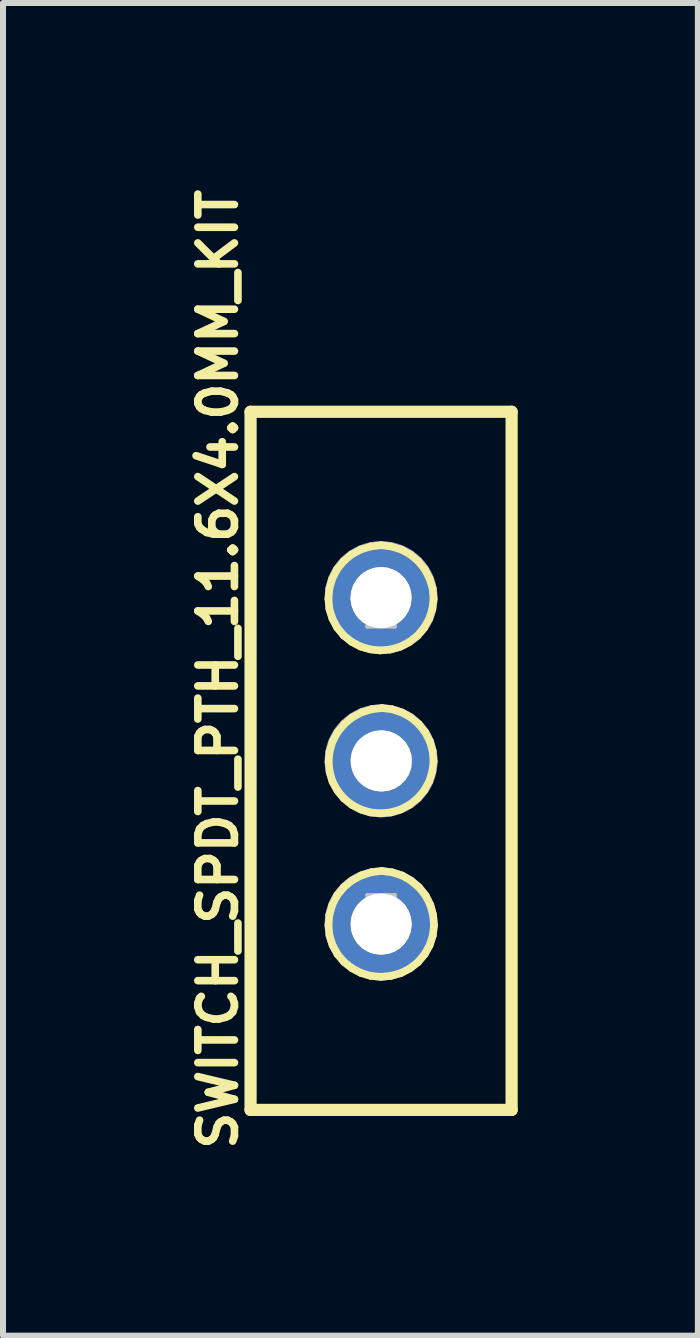
<source format=kicad_pcb>
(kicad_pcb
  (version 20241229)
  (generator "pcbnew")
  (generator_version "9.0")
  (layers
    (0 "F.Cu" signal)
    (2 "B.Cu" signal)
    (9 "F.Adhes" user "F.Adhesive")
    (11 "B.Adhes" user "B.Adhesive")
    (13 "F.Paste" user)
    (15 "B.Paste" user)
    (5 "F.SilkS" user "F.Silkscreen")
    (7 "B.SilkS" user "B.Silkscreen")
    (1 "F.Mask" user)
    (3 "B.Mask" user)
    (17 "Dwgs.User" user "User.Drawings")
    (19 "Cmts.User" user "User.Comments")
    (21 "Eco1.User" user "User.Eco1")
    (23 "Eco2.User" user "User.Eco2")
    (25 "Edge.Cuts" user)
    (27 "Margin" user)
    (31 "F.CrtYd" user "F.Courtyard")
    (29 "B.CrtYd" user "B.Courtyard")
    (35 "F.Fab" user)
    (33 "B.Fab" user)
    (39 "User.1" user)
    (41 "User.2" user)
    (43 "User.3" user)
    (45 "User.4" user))
  (footprint "SWITCH_SPDT_PTH_11.6X4.0MM_KIT"
    (layer "F.Cu")
    (at 3.297 9.622)
    (property "Reference" "SWITCH_SPDT_PTH_11.6X4.0MM_KIT" (at -2.718 -1.524 90) (layer "F.SilkS") (effects (font (size 0.61 0.61) (thickness 0.127))))
    (attr exclude_from_pos_files exclude_from_bom)
    (fp_line (start -2.174 -5.814) (end -2.174 5.814) (stroke (width 0.203) (type solid)) (layer "F.SilkS"))
    (fp_line (start -2.174 5.814) (end 2.174 5.814) (stroke (width 0.203) (type solid)) (layer "F.SilkS"))
    (fp_line (start -0.876 -2.697) (end -0.861 -2.87) (stroke (width 0.127) (type solid)) (layer "F.SilkS"))
    (fp_line (start -0.876 2.741) (end -0.861 2.565) (stroke (width 0.127) (type solid)) (layer "F.SilkS"))
    (fp_line (start -0.874 0.018) (end -0.859 -0.152) (stroke (width 0.127) (type solid)) (layer "F.SilkS"))
    (fp_line (start -0.861 -2.87) (end -0.813 -3.035) (stroke (width 0.127) (type solid)) (layer "F.SilkS"))
    (fp_line (start -0.861 -2.53) (end -0.876 -2.697) (stroke (width 0.127) (type solid)) (layer "F.SilkS"))
    (fp_line (start -0.861 2.565) (end -0.813 2.398) (stroke (width 0.127) (type solid)) (layer "F.SilkS"))
    (fp_line (start -0.859 -0.152) (end -0.808 -0.323) (stroke (width 0.127) (type solid)) (layer "F.SilkS"))
    (fp_line (start -0.859 2.911) (end -0.876 2.741) (stroke (width 0.127) (type solid)) (layer "F.SilkS"))
    (fp_line (start -0.856 0.185) (end -0.874 0.018) (stroke (width 0.127) (type solid)) (layer "F.SilkS"))
    (fp_line (start -0.813 -3.035) (end -0.734 -3.19) (stroke (width 0.127) (type solid)) (layer "F.SilkS"))
    (fp_line (start -0.813 2.398) (end -0.732 2.24) (stroke (width 0.127) (type solid)) (layer "F.SilkS"))
    (fp_line (start -0.81 -2.367) (end -0.861 -2.53) (stroke (width 0.127) (type solid)) (layer "F.SilkS"))
    (fp_line (start -0.808 -0.323) (end -0.726 -0.478) (stroke (width 0.127) (type solid)) (layer "F.SilkS"))
    (fp_line (start -0.808 0.348) (end -0.856 0.185) (stroke (width 0.127) (type solid)) (layer "F.SilkS"))
    (fp_line (start -0.808 3.071) (end -0.859 2.911) (stroke (width 0.127) (type solid)) (layer "F.SilkS"))
    (fp_line (start -0.734 -3.19) (end -0.625 -3.325) (stroke (width 0.127) (type solid)) (layer "F.SilkS"))
    (fp_line (start -0.732 -2.22) (end -0.81 -2.367) (stroke (width 0.127) (type solid)) (layer "F.SilkS"))
    (fp_line (start -0.732 2.24) (end -0.62 2.103) (stroke (width 0.127) (type solid)) (layer "F.SilkS"))
    (fp_line (start -0.726 -0.478) (end -0.615 -0.612) (stroke (width 0.127) (type solid)) (layer "F.SilkS"))
    (fp_line (start -0.726 0.495) (end -0.808 0.348) (stroke (width 0.127) (type solid)) (layer "F.SilkS"))
    (fp_line (start -0.726 3.221) (end -0.808 3.071) (stroke (width 0.127) (type solid)) (layer "F.SilkS"))
    (fp_line (start -0.625 -3.325) (end -0.493 -3.437) (stroke (width 0.127) (type solid)) (layer "F.SilkS"))
    (fp_line (start -0.625 -2.09) (end -0.732 -2.22) (stroke (width 0.127) (type solid)) (layer "F.SilkS"))
    (fp_line (start -0.62 0.625) (end -0.726 0.495) (stroke (width 0.127) (type solid)) (layer "F.SilkS"))
    (fp_line (start -0.62 2.103) (end -0.485 1.991) (stroke (width 0.127) (type solid)) (layer "F.SilkS"))
    (fp_line (start -0.617 3.35) (end -0.726 3.221) (stroke (width 0.127) (type solid)) (layer "F.SilkS"))
    (fp_line (start -0.615 -0.612) (end -0.48 -0.724) (stroke (width 0.127) (type solid)) (layer "F.SilkS"))
    (fp_line (start -0.493 -3.437) (end -0.34 -3.52) (stroke (width 0.127) (type solid)) (layer "F.SilkS"))
    (fp_line (start -0.493 -1.984) (end -0.625 -2.09) (stroke (width 0.127) (type solid)) (layer "F.SilkS"))
    (fp_line (start -0.488 0.732) (end -0.62 0.625) (stroke (width 0.127) (type solid)) (layer "F.SilkS"))
    (fp_line (start -0.485 1.991) (end -0.33 1.908) (stroke (width 0.127) (type solid)) (layer "F.SilkS"))
    (fp_line (start -0.485 3.454) (end -0.617 3.35) (stroke (width 0.127) (type solid)) (layer "F.SilkS"))
    (fp_line (start -0.48 -0.724) (end -0.325 -0.808) (stroke (width 0.127) (type solid)) (layer "F.SilkS"))
    (fp_line (start -0.445 -2.697) (end -0.434 -2.802) (stroke (width 0.127) (type solid)) (layer "F.SilkS"))
    (fp_line (start -0.439 2.738) (end -0.432 2.637) (stroke (width 0.127) (type solid)) (layer "F.SilkS"))
    (fp_line (start -0.434 -2.802) (end -0.404 -2.898) (stroke (width 0.127) (type solid)) (layer "F.SilkS"))
    (fp_line (start -0.432 0.023) (end -0.424 -0.079) (stroke (width 0.127) (type solid)) (layer "F.SilkS"))
    (fp_line (start -0.432 2.637) (end -0.401 2.54) (stroke (width 0.127) (type solid)) (layer "F.SilkS"))
    (fp_line (start -0.429 -2.603) (end -0.445 -2.697) (stroke (width 0.127) (type solid)) (layer "F.SilkS"))
    (fp_line (start -0.427 2.835) (end -0.439 2.738) (stroke (width 0.127) (type solid)) (layer "F.SilkS"))
    (fp_line (start -0.424 -0.079) (end -0.394 -0.175) (stroke (width 0.127) (type solid)) (layer "F.SilkS"))
    (fp_line (start -0.419 0.117) (end -0.432 0.023) (stroke (width 0.127) (type solid)) (layer "F.SilkS"))
    (fp_line (start -0.404 -2.898) (end -0.351 -2.985) (stroke (width 0.127) (type solid)) (layer "F.SilkS"))
    (fp_line (start -0.401 2.54) (end -0.348 2.454) (stroke (width 0.127) (type solid)) (layer "F.SilkS"))
    (fp_line (start -0.396 -2.512) (end -0.429 -2.603) (stroke (width 0.127) (type solid)) (layer "F.SilkS"))
    (fp_line (start -0.394 -0.175) (end -0.34 -0.262) (stroke (width 0.127) (type solid)) (layer "F.SilkS"))
    (fp_line (start -0.394 2.926) (end -0.427 2.835) (stroke (width 0.127) (type solid)) (layer "F.SilkS"))
    (fp_line (start -0.386 0.208) (end -0.419 0.117) (stroke (width 0.127) (type solid)) (layer "F.SilkS"))
    (fp_line (start -0.351 -2.985) (end -0.279 -3.061) (stroke (width 0.127) (type solid)) (layer "F.SilkS"))
    (fp_line (start -0.348 2.454) (end -0.277 2.377) (stroke (width 0.127) (type solid)) (layer "F.SilkS"))
    (fp_line (start -0.345 -1.905) (end -0.493 -1.984) (stroke (width 0.127) (type solid)) (layer "F.SilkS"))
    (fp_line (start -0.343 -2.431) (end -0.396 -2.512) (stroke (width 0.127) (type solid)) (layer "F.SilkS"))
    (fp_line (start -0.34 -3.52) (end -0.173 -3.571) (stroke (width 0.127) (type solid)) (layer "F.SilkS"))
    (fp_line (start -0.34 -0.262) (end -0.269 -0.338) (stroke (width 0.127) (type solid)) (layer "F.SilkS"))
    (fp_line (start -0.34 3.007) (end -0.394 2.926) (stroke (width 0.127) (type solid)) (layer "F.SilkS"))
    (fp_line (start -0.338 0.81) (end -0.488 0.732) (stroke (width 0.127) (type solid)) (layer "F.SilkS"))
    (fp_line (start -0.335 3.533) (end -0.485 3.454) (stroke (width 0.127) (type solid)) (layer "F.SilkS"))
    (fp_line (start -0.333 0.29) (end -0.386 0.208) (stroke (width 0.127) (type solid)) (layer "F.SilkS"))
    (fp_line (start -0.33 1.908) (end -0.16 1.854) (stroke (width 0.127) (type solid)) (layer "F.SilkS"))
    (fp_line (start -0.325 -0.808) (end -0.157 -0.859) (stroke (width 0.127) (type solid)) (layer "F.SilkS"))
    (fp_line (start -0.279 -3.061) (end -0.196 -3.117) (stroke (width 0.127) (type solid)) (layer "F.SilkS"))
    (fp_line (start -0.277 2.377) (end -0.193 2.322) (stroke (width 0.127) (type solid)) (layer "F.SilkS"))
    (fp_line (start -0.272 -2.362) (end -0.343 -2.431) (stroke (width 0.127) (type solid)) (layer "F.SilkS"))
    (fp_line (start -0.269 -0.338) (end -0.185 -0.394) (stroke (width 0.127) (type solid)) (layer "F.SilkS"))
    (fp_line (start -0.269 3.076) (end -0.34 3.007) (stroke (width 0.127) (type solid)) (layer "F.SilkS"))
    (fp_line (start -0.262 0.358) (end -0.333 0.29) (stroke (width 0.127) (type solid)) (layer "F.SilkS"))
    (fp_line (start -0.196 -3.117) (end -0.099 -3.152) (stroke (width 0.127) (type solid)) (layer "F.SilkS"))
    (fp_line (start -0.193 2.322) (end -0.097 2.286) (stroke (width 0.127) (type solid)) (layer "F.SilkS"))
    (fp_line (start -0.188 -2.314) (end -0.272 -2.362) (stroke (width 0.127) (type solid)) (layer "F.SilkS"))
    (fp_line (start -0.185 -0.394) (end -0.089 -0.429) (stroke (width 0.127) (type solid)) (layer "F.SilkS"))
    (fp_line (start -0.185 3.124) (end -0.269 3.076) (stroke (width 0.127) (type solid)) (layer "F.SilkS"))
    (fp_line (start -0.183 -1.857) (end -0.345 -1.905) (stroke (width 0.127) (type solid)) (layer "F.SilkS"))
    (fp_line (start -0.178 0.406) (end -0.262 0.358) (stroke (width 0.127) (type solid)) (layer "F.SilkS"))
    (fp_line (start -0.178 0.859) (end -0.338 0.81) (stroke (width 0.127) (type solid)) (layer "F.SilkS"))
    (fp_line (start -0.173 -3.571) (end -0.003 -3.592) (stroke (width 0.127) (type solid)) (layer "F.SilkS"))
    (fp_line (start -0.173 3.581) (end -0.335 3.533) (stroke (width 0.127) (type solid)) (layer "F.SilkS"))
    (fp_line (start -0.16 1.854) (end 0.013 1.834) (stroke (width 0.127) (type solid)) (layer "F.SilkS"))
    (fp_line (start -0.157 -0.859) (end 0.015 -0.879) (stroke (width 0.127) (type solid)) (layer "F.SilkS"))
    (fp_line (start -0.099 -3.152) (end 0 -3.165) (stroke (width 0.127) (type solid)) (layer "F.SilkS"))
    (fp_line (start -0.097 -2.283) (end -0.188 -2.314) (stroke (width 0.127) (type solid)) (layer "F.SilkS"))
    (fp_line (start -0.097 2.286) (end 0.003 2.273) (stroke (width 0.127) (type solid)) (layer "F.SilkS"))
    (fp_line (start -0.094 3.155) (end -0.185 3.124) (stroke (width 0.127) (type solid)) (layer "F.SilkS"))
    (fp_line (start -0.089 -0.429) (end 0.01 -0.442) (stroke (width 0.127) (type solid)) (layer "F.SilkS"))
    (fp_line (start -0.086 0.437) (end -0.178 0.406) (stroke (width 0.127) (type solid)) (layer "F.SilkS"))
    (fp_line (start -0.018 -1.839) (end -0.183 -1.857) (stroke (width 0.127) (type solid)) (layer "F.SilkS"))
    (fp_line (start -0.01 0.874) (end -0.178 0.859) (stroke (width 0.127) (type solid)) (layer "F.SilkS"))
    (fp_line (start -0.005 3.597) (end -0.173 3.581) (stroke (width 0.127) (type solid)) (layer "F.SilkS"))
    (fp_line (start -0.003 -3.592) (end 0.168 -3.571) (stroke (width 0.127) (type solid)) (layer "F.SilkS"))
    (fp_line (start 0 -3.165) (end 0.099 -3.152) (stroke (width 0.127) (type solid)) (layer "F.SilkS"))
    (fp_line (start 0 -2.273) (end -0.097 -2.283) (stroke (width 0.127) (type solid)) (layer "F.SilkS"))
    (fp_line (start 0.003 2.273) (end 0.102 2.286) (stroke (width 0.127) (type solid)) (layer "F.SilkS"))
    (fp_line (start 0.003 3.162) (end -0.094 3.155) (stroke (width 0.127) (type solid)) (layer "F.SilkS"))
    (fp_line (start 0.01 -0.442) (end 0.109 -0.429) (stroke (width 0.127) (type solid)) (layer "F.SilkS"))
    (fp_line (start 0.01 0.447) (end -0.086 0.437) (stroke (width 0.127) (type solid)) (layer "F.SilkS"))
    (fp_line (start 0.013 1.834) (end 0.185 1.857) (stroke (width 0.127) (type solid)) (layer "F.SilkS"))
    (fp_line (start 0.015 -0.879) (end 0.183 -0.859) (stroke (width 0.127) (type solid)) (layer "F.SilkS"))
    (fp_line (start 0.097 -2.283) (end 0 -2.273) (stroke (width 0.127) (type solid)) (layer "F.SilkS"))
    (fp_line (start 0.099 -3.152) (end 0.193 -3.119) (stroke (width 0.127) (type solid)) (layer "F.SilkS"))
    (fp_line (start 0.099 3.152) (end 0.003 3.162) (stroke (width 0.127) (type solid)) (layer "F.SilkS"))
    (fp_line (start 0.102 2.286) (end 0.196 2.319) (stroke (width 0.127) (type solid)) (layer "F.SilkS"))
    (fp_line (start 0.107 0.437) (end 0.01 0.447) (stroke (width 0.127) (type solid)) (layer "F.SilkS"))
    (fp_line (start 0.109 -0.429) (end 0.203 -0.396) (stroke (width 0.127) (type solid)) (layer "F.SilkS"))
    (fp_line (start 0.152 -1.854) (end -0.018 -1.839) (stroke (width 0.127) (type solid)) (layer "F.SilkS"))
    (fp_line (start 0.16 0.859) (end -0.01 0.874) (stroke (width 0.127) (type solid)) (layer "F.SilkS"))
    (fp_line (start 0.163 3.581) (end -0.005 3.597) (stroke (width 0.127) (type solid)) (layer "F.SilkS"))
    (fp_line (start 0.168 -3.571) (end 0.335 -3.52) (stroke (width 0.127) (type solid)) (layer "F.SilkS"))
    (fp_line (start 0.183 -0.859) (end 0.348 -0.805) (stroke (width 0.127) (type solid)) (layer "F.SilkS"))
    (fp_line (start 0.185 1.857) (end 0.351 1.91) (stroke (width 0.127) (type solid)) (layer "F.SilkS"))
    (fp_line (start 0.188 -2.316) (end 0.097 -2.283) (stroke (width 0.127) (type solid)) (layer "F.SilkS"))
    (fp_line (start 0.193 -3.119) (end 0.277 -3.063) (stroke (width 0.127) (type solid)) (layer "F.SilkS"))
    (fp_line (start 0.193 3.122) (end 0.099 3.152) (stroke (width 0.127) (type solid)) (layer "F.SilkS"))
    (fp_line (start 0.196 2.319) (end 0.279 2.375) (stroke (width 0.127) (type solid)) (layer "F.SilkS"))
    (fp_line (start 0.201 0.404) (end 0.107 0.437) (stroke (width 0.127) (type solid)) (layer "F.SilkS"))
    (fp_line (start 0.203 -0.396) (end 0.287 -0.34) (stroke (width 0.127) (type solid)) (layer "F.SilkS"))
    (fp_line (start 0.272 -2.367) (end 0.188 -2.316) (stroke (width 0.127) (type solid)) (layer "F.SilkS"))
    (fp_line (start 0.274 3.071) (end 0.193 3.122) (stroke (width 0.127) (type solid)) (layer "F.SilkS"))
    (fp_line (start 0.277 -3.063) (end 0.348 -2.99) (stroke (width 0.127) (type solid)) (layer "F.SilkS"))
    (fp_line (start 0.279 2.375) (end 0.351 2.446) (stroke (width 0.127) (type solid)) (layer "F.SilkS"))
    (fp_line (start 0.282 0.353) (end 0.201 0.404) (stroke (width 0.127) (type solid)) (layer "F.SilkS"))
    (fp_line (start 0.287 -0.34) (end 0.358 -0.267) (stroke (width 0.127) (type solid)) (layer "F.SilkS"))
    (fp_line (start 0.318 -1.9) (end 0.152 -1.854) (stroke (width 0.127) (type solid)) (layer "F.SilkS"))
    (fp_line (start 0.325 0.81) (end 0.16 0.859) (stroke (width 0.127) (type solid)) (layer "F.SilkS"))
    (fp_line (start 0.328 3.536) (end 0.163 3.581) (stroke (width 0.127) (type solid)) (layer "F.SilkS"))
    (fp_line (start 0.335 -3.52) (end 0.488 -3.437) (stroke (width 0.127) (type solid)) (layer "F.SilkS"))
    (fp_line (start 0.343 -2.436) (end 0.272 -2.367) (stroke (width 0.127) (type solid)) (layer "F.SilkS"))
    (fp_line (start 0.345 3.002) (end 0.274 3.071) (stroke (width 0.127) (type solid)) (layer "F.SilkS"))
    (fp_line (start 0.348 -2.99) (end 0.399 -2.906) (stroke (width 0.127) (type solid)) (layer "F.SilkS"))
    (fp_line (start 0.348 -0.805) (end 0.495 -0.724) (stroke (width 0.127) (type solid)) (layer "F.SilkS"))
    (fp_line (start 0.351 1.91) (end 0.5 1.996) (stroke (width 0.127) (type solid)) (layer "F.SilkS"))
    (fp_line (start 0.351 2.446) (end 0.401 2.532) (stroke (width 0.127) (type solid)) (layer "F.SilkS"))
    (fp_line (start 0.353 0.284) (end 0.282 0.353) (stroke (width 0.127) (type solid)) (layer "F.SilkS"))
    (fp_line (start 0.358 -0.267) (end 0.409 -0.183) (stroke (width 0.127) (type solid)) (layer "F.SilkS"))
    (fp_line (start 0.396 -2.52) (end 0.343 -2.436) (stroke (width 0.127) (type solid)) (layer "F.SilkS"))
    (fp_line (start 0.399 -2.906) (end 0.432 -2.809) (stroke (width 0.127) (type solid)) (layer "F.SilkS"))
    (fp_line (start 0.399 2.918) (end 0.345 3.002) (stroke (width 0.127) (type solid)) (layer "F.SilkS"))
    (fp_line (start 0.401 2.532) (end 0.434 2.629) (stroke (width 0.127) (type solid)) (layer "F.SilkS"))
    (fp_line (start 0.406 0.201) (end 0.353 0.284) (stroke (width 0.127) (type solid)) (layer "F.SilkS"))
    (fp_line (start 0.409 -0.183) (end 0.442 -0.086) (stroke (width 0.127) (type solid)) (layer "F.SilkS"))
    (fp_line (start 0.429 -2.611) (end 0.396 -2.52) (stroke (width 0.127) (type solid)) (layer "F.SilkS"))
    (fp_line (start 0.432 -2.809) (end 0.439 -2.71) (stroke (width 0.127) (type solid)) (layer "F.SilkS"))
    (fp_line (start 0.432 2.827) (end 0.399 2.918) (stroke (width 0.127) (type solid)) (layer "F.SilkS"))
    (fp_line (start 0.434 2.629) (end 0.445 2.728) (stroke (width 0.127) (type solid)) (layer "F.SilkS"))
    (fp_line (start 0.439 -2.71) (end 0.429 -2.611) (stroke (width 0.127) (type solid)) (layer "F.SilkS"))
    (fp_line (start 0.439 0.109) (end 0.406 0.201) (stroke (width 0.127) (type solid)) (layer "F.SilkS"))
    (fp_line (start 0.442 -0.086) (end 0.45 0.013) (stroke (width 0.127) (type solid)) (layer "F.SilkS"))
    (fp_line (start 0.445 2.728) (end 0.432 2.827) (stroke (width 0.127) (type solid)) (layer "F.SilkS"))
    (fp_line (start 0.45 0.013) (end 0.439 0.109) (stroke (width 0.127) (type solid)) (layer "F.SilkS"))
    (fp_line (start 0.47 -1.979) (end 0.318 -1.9) (stroke (width 0.127) (type solid)) (layer "F.SilkS"))
    (fp_line (start 0.478 0.729) (end 0.325 0.81) (stroke (width 0.127) (type solid)) (layer "F.SilkS"))
    (fp_line (start 0.48 3.457) (end 0.328 3.536) (stroke (width 0.127) (type solid)) (layer "F.SilkS"))
    (fp_line (start 0.488 -3.437) (end 0.62 -3.325) (stroke (width 0.127) (type solid)) (layer "F.SilkS"))
    (fp_line (start 0.495 -0.724) (end 0.627 -0.612) (stroke (width 0.127) (type solid)) (layer "F.SilkS"))
    (fp_line (start 0.5 1.996) (end 0.632 2.108) (stroke (width 0.127) (type solid)) (layer "F.SilkS"))
    (fp_line (start 0.605 -2.083) (end 0.47 -1.979) (stroke (width 0.127) (type solid)) (layer "F.SilkS"))
    (fp_line (start 0.61 0.622) (end 0.478 0.729) (stroke (width 0.127) (type solid)) (layer "F.SilkS"))
    (fp_line (start 0.615 3.353) (end 0.48 3.457) (stroke (width 0.127) (type solid)) (layer "F.SilkS"))
    (fp_line (start 0.62 -3.325) (end 0.729 -3.19) (stroke (width 0.127) (type solid)) (layer "F.SilkS"))
    (fp_line (start 0.627 -0.612) (end 0.734 -0.478) (stroke (width 0.127) (type solid)) (layer "F.SilkS"))
    (fp_line (start 0.632 2.108) (end 0.742 2.245) (stroke (width 0.127) (type solid)) (layer "F.SilkS"))
    (fp_line (start 0.716 -2.215) (end 0.605 -2.083) (stroke (width 0.127) (type solid)) (layer "F.SilkS"))
    (fp_line (start 0.721 0.49) (end 0.61 0.622) (stroke (width 0.127) (type solid)) (layer "F.SilkS"))
    (fp_line (start 0.724 3.223) (end 0.615 3.353) (stroke (width 0.127) (type solid)) (layer "F.SilkS"))
    (fp_line (start 0.729 -3.19) (end 0.808 -3.035) (stroke (width 0.127) (type solid)) (layer "F.SilkS"))
    (fp_line (start 0.734 -0.478) (end 0.813 -0.325) (stroke (width 0.127) (type solid)) (layer "F.SilkS"))
    (fp_line (start 0.742 2.245) (end 0.82 2.4) (stroke (width 0.127) (type solid)) (layer "F.SilkS"))
    (fp_line (start 0.8 -2.362) (end 0.716 -2.215) (stroke (width 0.127) (type solid)) (layer "F.SilkS"))
    (fp_line (start 0.803 0.34) (end 0.721 0.49) (stroke (width 0.127) (type solid)) (layer "F.SilkS"))
    (fp_line (start 0.808 -3.035) (end 0.859 -2.87) (stroke (width 0.127) (type solid)) (layer "F.SilkS"))
    (fp_line (start 0.808 3.073) (end 0.724 3.223) (stroke (width 0.127) (type solid)) (layer "F.SilkS"))
    (fp_line (start 0.813 -0.325) (end 0.859 -0.163) (stroke (width 0.127) (type solid)) (layer "F.SilkS"))
    (fp_line (start 0.82 2.4) (end 0.866 2.568) (stroke (width 0.127) (type solid)) (layer "F.SilkS"))
    (fp_line (start 0.853 -2.527) (end 0.8 -2.362) (stroke (width 0.127) (type solid)) (layer "F.SilkS"))
    (fp_line (start 0.853 0.178) (end 0.803 0.34) (stroke (width 0.127) (type solid)) (layer "F.SilkS"))
    (fp_line (start 0.859 -2.87) (end 0.874 -2.697) (stroke (width 0.127) (type solid)) (layer "F.SilkS"))
    (fp_line (start 0.859 -0.163) (end 0.874 0.008) (stroke (width 0.127) (type solid)) (layer "F.SilkS"))
    (fp_line (start 0.861 2.911) (end 0.808 3.073) (stroke (width 0.127) (type solid)) (layer "F.SilkS"))
    (fp_line (start 0.866 2.568) (end 0.881 2.743) (stroke (width 0.127) (type solid)) (layer "F.SilkS"))
    (fp_line (start 0.874 -2.697) (end 0.853 -2.527) (stroke (width 0.127) (type solid)) (layer "F.SilkS"))
    (fp_line (start 0.874 0.008) (end 0.853 0.178) (stroke (width 0.127) (type solid)) (layer "F.SilkS"))
    (fp_line (start 0.881 2.743) (end 0.861 2.911) (stroke (width 0.127) (type solid)) (layer "F.SilkS"))
    (fp_line (start 2.174 -5.814) (end -2.174 -5.814) (stroke (width 0.203) (type solid)) (layer "F.SilkS"))
    (fp_line (start 2.174 5.814) (end 2.174 -5.814) (stroke (width 0.203) (type solid)) (layer "F.SilkS"))
    (fp_line (start -0.229 -2.845) (end 0.229 -2.845) (stroke (width 0.066) (type solid)) (layer "Dwgs.User"))
    (fp_line (start -0.229 -2.235) (end -0.229 -2.845) (stroke (width 0.066) (type solid)) (layer "Dwgs.User"))
    (fp_line (start -0.229 -2.235) (end 0.229 -2.235) (stroke (width 0.066) (type solid)) (layer "Dwgs.User"))
    (fp_line (start -0.229 -0.305) (end 0.229 -0.305) (stroke (width 0.066) (type solid)) (layer "Dwgs.User"))
    (fp_line (start -0.229 0.305) (end -0.229 -0.305) (stroke (width 0.066) (type solid)) (layer "Dwgs.User"))
    (fp_line (start -0.229 0.305) (end 0.229 0.305) (stroke (width 0.066) (type solid)) (layer "Dwgs.User"))
    (fp_line (start -0.229 2.235) (end 0.229 2.235) (stroke (width 0.066) (type solid)) (layer "Dwgs.User"))
    (fp_line (start -0.229 2.845) (end -0.229 2.235) (stroke (width 0.066) (type solid)) (layer "Dwgs.User"))
    (fp_line (start -0.229 2.845) (end 0.229 2.845) (stroke (width 0.066) (type solid)) (layer "Dwgs.User"))
    (fp_line (start 0.229 -2.235) (end 0.229 -2.845) (stroke (width 0.066) (type solid)) (layer "Dwgs.User"))
    (fp_line (start 0.229 0.305) (end 0.229 -0.305) (stroke (width 0.066) (type solid)) (layer "Dwgs.User"))
    (fp_line (start 0.229 2.845) (end 0.229 2.235) (stroke (width 0.066) (type solid)) (layer "Dwgs.User"))
    (pad "1" thru_hole circle (at 0 -2.718) (size 1.88 1.88) (drill 1.016) (layers "*.Cu" "*.Paste" "*.Mask"))
    (pad "2" thru_hole circle (at 0 0) (size 1.88 1.88) (drill 1.016) (layers "*.Cu" "*.Paste" "*.Mask"))
    (pad "3" thru_hole circle (at 0 2.718) (size 1.88 1.88) (drill 1.016) (layers "*.Cu" "*.Paste" "*.Mask")))
  (gr_rect
    (start -3 -3)
    (end 8.573 19.196)
    (stroke (width 0.1) (type default))
    (fill no)
    (layer "Edge.Cuts")))
</source>
